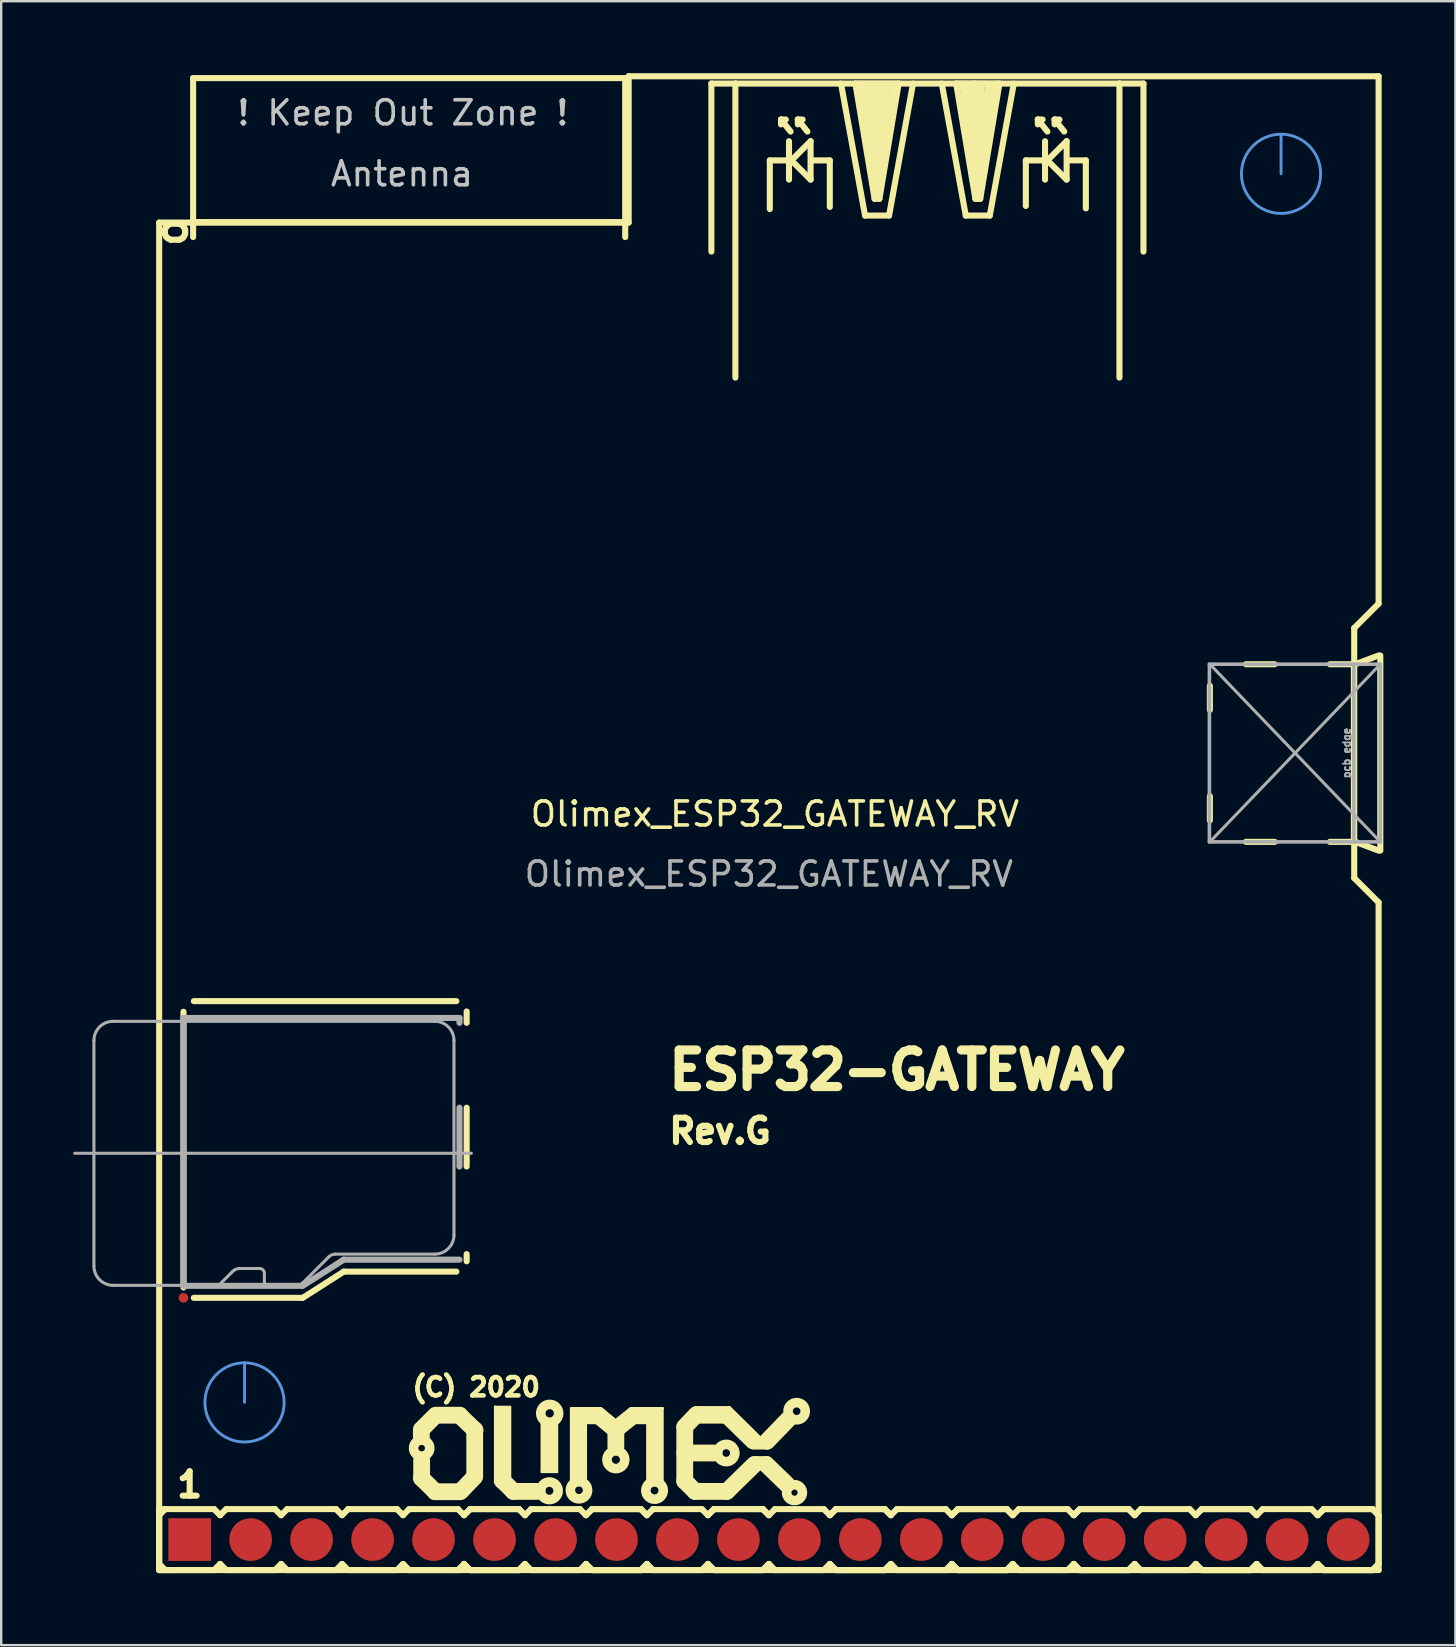
<source format=kicad_pcb>
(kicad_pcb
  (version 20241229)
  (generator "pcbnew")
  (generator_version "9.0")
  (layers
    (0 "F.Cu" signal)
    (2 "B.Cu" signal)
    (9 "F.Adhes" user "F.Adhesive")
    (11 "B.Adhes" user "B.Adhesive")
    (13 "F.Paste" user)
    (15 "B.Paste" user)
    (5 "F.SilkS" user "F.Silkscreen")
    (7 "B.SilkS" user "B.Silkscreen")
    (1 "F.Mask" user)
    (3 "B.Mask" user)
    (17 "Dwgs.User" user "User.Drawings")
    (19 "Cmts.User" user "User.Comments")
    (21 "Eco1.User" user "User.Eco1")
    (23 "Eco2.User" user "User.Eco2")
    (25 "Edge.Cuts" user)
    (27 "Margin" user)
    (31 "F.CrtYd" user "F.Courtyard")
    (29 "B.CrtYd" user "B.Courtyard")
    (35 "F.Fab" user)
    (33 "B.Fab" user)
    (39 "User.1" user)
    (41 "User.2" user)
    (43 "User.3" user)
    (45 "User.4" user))
  (footprint "Olimex_ESP32_GATEWAY_RV"
    (layer "F.Cu")
    (at 28.981 30.861)
    (property "Reference" "Olimex_ESP32_GATEWAY_RV" (at 0.25 0 0) (unlocked yes) (layer "F.SilkS") (effects (font (size 1 1) (thickness 0.15))))
    (attr through_hole)
    (fp_line (start -25.4 -24.638) (end -25.4 31.496) (stroke (width 0.254) (type solid)) (layer "F.SilkS"))
    (fp_line (start -25.4 -24.638) (end -5.842 -24.638) (stroke (width 0.254) (type solid)) (layer "F.SilkS"))
    (fp_line (start -25.4 28.956) (end -25.4 31.496) (stroke (width 0.254) (type solid)) (layer "F.SilkS"))
    (fp_line (start -25.4 28.956) (end -25.146 28.956) (stroke (width 0.254) (type solid)) (layer "F.SilkS"))
    (fp_line (start -25.4 29.21) (end -25.146 28.956) (stroke (width 0.254) (type solid)) (layer "F.SilkS"))
    (fp_line (start -25.4 31.496) (end 25.4 31.496) (stroke (width 0.254) (type solid)) (layer "F.SilkS"))
    (fp_line (start -25.146 28.956) (end -23.114 28.956) (stroke (width 0.254) (type solid)) (layer "F.SilkS"))
    (fp_line (start -25.146 31.496) (end -25.4 31.242) (stroke (width 0.254) (type solid)) (layer "F.SilkS"))
    (fp_line (start -24.892 31.496) (end -25.4 31.496) (stroke (width 0.254) (type solid)) (layer "F.SilkS"))
    (fp_line (start -24.387 8.237) (end -24.387 19.723) (stroke (width 0.254) (type solid)) (layer "F.SilkS"))
    (fp_line (start -23.986 -30.657) (end -23.986 -24.037) (stroke (width 0.254) (type solid)) (layer "F.SilkS"))
    (fp_line (start -23.986 -30.657) (end -5.986 -30.657) (stroke (width 0.254) (type solid)) (layer "F.SilkS"))
    (fp_line (start -23.986 -24.657) (end -5.986 -24.657) (stroke (width 0.254) (type solid)) (layer "F.SilkS"))
    (fp_line (start -23.957 7.795) (end -13.02 7.795) (stroke (width 0.254) (type solid)) (layer "F.SilkS"))
    (fp_line (start -23.957 20.155) (end -19.439 20.155) (stroke (width 0.254) (type solid)) (layer "F.SilkS"))
    (fp_line (start -23.114 28.956) (end -22.86 29.21) (stroke (width 0.254) (type solid)) (layer "F.SilkS"))
    (fp_line (start -23.114 31.496) (end -24.892 31.496) (stroke (width 0.254) (type solid)) (layer "F.SilkS"))
    (fp_line (start -22.86 29.21) (end -22.606 28.956) (stroke (width 0.254) (type solid)) (layer "F.SilkS"))
    (fp_line (start -22.86 31.242) (end -23.114 31.496) (stroke (width 0.254) (type solid)) (layer "F.SilkS"))
    (fp_line (start -22.606 28.956) (end -20.574 28.956) (stroke (width 0.254) (type solid)) (layer "F.SilkS"))
    (fp_line (start -22.606 31.496) (end -22.86 31.242) (stroke (width 0.254) (type solid)) (layer "F.SilkS"))
    (fp_line (start -20.574 28.956) (end -20.32 29.21) (stroke (width 0.254) (type solid)) (layer "F.SilkS"))
    (fp_line (start -20.574 31.496) (end -22.606 31.496) (stroke (width 0.254) (type solid)) (layer "F.SilkS"))
    (fp_line (start -20.574 31.496) (end -20.32 31.242) (stroke (width 0.254) (type solid)) (layer "F.SilkS"))
    (fp_line (start -20.32 29.21) (end -20.066 28.956) (stroke (width 0.254) (type solid)) (layer "F.SilkS"))
    (fp_line (start -20.32 31.242) (end -20.066 31.496) (stroke (width 0.254) (type solid)) (layer "F.SilkS"))
    (fp_line (start -20.066 28.956) (end -18.034 28.956) (stroke (width 0.254) (type solid)) (layer "F.SilkS"))
    (fp_line (start -18.034 28.956) (end -17.78 29.21) (stroke (width 0.254) (type solid)) (layer "F.SilkS"))
    (fp_line (start -18.034 31.496) (end -20.066 31.496) (stroke (width 0.254) (type solid)) (layer "F.SilkS"))
    (fp_line (start -17.78 29.21) (end -17.526 28.956) (stroke (width 0.254) (type solid)) (layer "F.SilkS"))
    (fp_line (start -17.78 31.242) (end -18.034 31.496) (stroke (width 0.254) (type solid)) (layer "F.SilkS"))
    (fp_line (start -17.711 19.063) (end -19.418 20.155) (stroke (width 0.254) (type solid)) (layer "F.SilkS"))
    (fp_line (start -17.526 28.956) (end -15.494 28.956) (stroke (width 0.254) (type solid)) (layer "F.SilkS"))
    (fp_line (start -17.526 31.496) (end -17.78 31.242) (stroke (width 0.254) (type solid)) (layer "F.SilkS"))
    (fp_line (start -15.494 28.956) (end -15.24 29.21) (stroke (width 0.254) (type solid)) (layer "F.SilkS"))
    (fp_line (start -15.494 31.496) (end -17.526 31.496) (stroke (width 0.254) (type solid)) (layer "F.SilkS"))
    (fp_line (start -15.24 29.21) (end -14.986 28.956) (stroke (width 0.254) (type solid)) (layer "F.SilkS"))
    (fp_line (start -15.24 31.242) (end -15.494 31.496) (stroke (width 0.254) (type solid)) (layer "F.SilkS"))
    (fp_line (start -14.986 28.956) (end -12.954 28.956) (stroke (width 0.254) (type solid)) (layer "F.SilkS"))
    (fp_line (start -14.986 31.496) (end -15.24 31.242) (stroke (width 0.254) (type solid)) (layer "F.SilkS"))
    (fp_line (start -14.478 25.641) (end -13.97 25.133) (stroke (width 0.7) (type solid)) (layer "F.SilkS"))
    (fp_line (start -14.478 25.692) (end -14.478 25.933) (stroke (width 0.7) (type solid)) (layer "F.SilkS"))
    (fp_line (start -14.478 27.661) (end -13.894 28.232) (stroke (width 0.7) (type solid)) (layer "F.SilkS"))
    (fp_line (start -14.465 27.673) (end -14.465 26.911) (stroke (width 0.7) (type solid)) (layer "F.SilkS"))
    (fp_line (start -13.906 28.232) (end -12.865 28.232) (stroke (width 0.7) (type solid)) (layer "F.SilkS"))
    (fp_line (start -13.02 19.063) (end -17.711 19.063) (stroke (width 0.254) (type solid)) (layer "F.SilkS"))
    (fp_line (start -12.954 28.956) (end -12.7 29.21) (stroke (width 0.254) (type solid)) (layer "F.SilkS"))
    (fp_line (start -12.954 31.496) (end -14.986 31.496) (stroke (width 0.254) (type solid)) (layer "F.SilkS"))
    (fp_line (start -12.878 25.044) (end -13.881 25.044) (stroke (width 0.7) (type solid)) (layer "F.SilkS"))
    (fp_line (start -12.878 25.057) (end -12.243 25.667) (stroke (width 0.7) (type solid)) (layer "F.SilkS"))
    (fp_line (start -12.7 29.21) (end -12.446 28.956) (stroke (width 0.254) (type solid)) (layer "F.SilkS"))
    (fp_line (start -12.7 29.21) (end -12.446 28.956) (stroke (width 0.254) (type solid)) (layer "F.SilkS"))
    (fp_line (start -12.7 31.242) (end -12.954 31.496) (stroke (width 0.254) (type solid)) (layer "F.SilkS"))
    (fp_line (start -12.591 8.227) (end -12.591 8.697) (stroke (width 0.254) (type solid)) (layer "F.SilkS"))
    (fp_line (start -12.591 12.235) (end -12.591 14.684) (stroke (width 0.254) (type solid)) (layer "F.SilkS"))
    (fp_line (start -12.591 18.334) (end -12.591 18.633) (stroke (width 0.254) (type solid)) (layer "F.SilkS"))
    (fp_line (start -12.446 28.956) (end -10.414 28.956) (stroke (width 0.254) (type solid)) (layer "F.SilkS"))
    (fp_line (start -12.446 28.956) (end -10.414 28.956) (stroke (width 0.254) (type solid)) (layer "F.SilkS"))
    (fp_line (start -12.446 31.496) (end -12.7 31.242) (stroke (width 0.254) (type solid)) (layer "F.SilkS"))
    (fp_line (start -12.446 31.496) (end -12.7 31.242) (stroke (width 0.254) (type solid)) (layer "F.SilkS"))
    (fp_line (start -12.268 27.622) (end -12.827 28.207) (stroke (width 0.7) (type solid)) (layer "F.SilkS"))
    (fp_line (start -12.255 25.654) (end -12.255 27.584) (stroke (width 0.7) (type solid)) (layer "F.SilkS"))
    (fp_line (start -11.405 24.701) (end -11.405 27.851) (stroke (width 0.1) (type solid)) (layer "F.SilkS"))
    (fp_line (start -11.392 24.701) (end -11.405 24.701) (stroke (width 0.1) (type solid)) (layer "F.SilkS"))
    (fp_line (start -11.379 24.701) (end -11.392 24.701) (stroke (width 0.1) (type solid)) (layer "F.SilkS"))
    (fp_line (start -11.265 24.79) (end -11.328 24.778) (stroke (width 0.1) (type solid)) (layer "F.SilkS"))
    (fp_line (start -11.1 24.701) (end -11.379 24.701) (stroke (width 0.1) (type solid)) (layer "F.SilkS"))
    (fp_line (start -11.1 27.775) (end -11.1 25.044) (stroke (width 0.7) (type solid)) (layer "F.SilkS"))
    (fp_line (start -11.087 24.701) (end -10.782 24.701) (stroke (width 0.1) (type solid)) (layer "F.SilkS"))
    (fp_line (start -10.96 24.778) (end -10.846 24.778) (stroke (width 0.1) (type solid)) (layer "F.SilkS"))
    (fp_line (start -10.782 24.701) (end -10.782 27.737) (stroke (width 0.1) (type solid)) (layer "F.SilkS"))
    (fp_line (start -10.643 28.219) (end -11.1 27.762) (stroke (width 0.7) (type solid)) (layer "F.SilkS"))
    (fp_line (start -10.414 28.956) (end -10.16 29.21) (stroke (width 0.254) (type solid)) (layer "F.SilkS"))
    (fp_line (start -10.414 28.956) (end -10.16 29.21) (stroke (width 0.254) (type solid)) (layer "F.SilkS"))
    (fp_line (start -10.414 31.496) (end -12.446 31.496) (stroke (width 0.254) (type solid)) (layer "F.SilkS"))
    (fp_line (start -10.414 31.496) (end -12.446 31.496) (stroke (width 0.254) (type solid)) (layer "F.SilkS"))
    (fp_line (start -10.16 29.21) (end -9.906 28.956) (stroke (width 0.254) (type solid)) (layer "F.SilkS"))
    (fp_line (start -10.16 31.242) (end -10.414 31.496) (stroke (width 0.254) (type solid)) (layer "F.SilkS"))
    (fp_line (start -10.16 31.242) (end -10.414 31.496) (stroke (width 0.254) (type solid)) (layer "F.SilkS"))
    (fp_line (start -9.906 28.956) (end -7.874 28.956) (stroke (width 0.254) (type solid)) (layer "F.SilkS"))
    (fp_line (start -9.906 31.496) (end -10.16 31.242) (stroke (width 0.254) (type solid)) (layer "F.SilkS"))
    (fp_line (start -9.657 28.219) (end -10.643 28.219) (stroke (width 0.7) (type solid)) (layer "F.SilkS"))
    (fp_line (start -9.461 25.387) (end -9.461 27.407) (stroke (width 0.1) (type solid)) (layer "F.SilkS"))
    (fp_line (start -9.461 27.407) (end -8.852 27.407) (stroke (width 0.1) (type solid)) (layer "F.SilkS"))
    (fp_line (start -9.322 27.343) (end -9.385 27.343) (stroke (width 0.1) (type solid)) (layer "F.SilkS"))
    (fp_line (start -9.144 25.502) (end -9.144 27.102) (stroke (width 0.7) (type solid)) (layer "F.SilkS"))
    (fp_line (start -8.979 27.343) (end -8.89 27.343) (stroke (width 0.1) (type solid)) (layer "F.SilkS"))
    (fp_line (start -8.852 27.407) (end -8.826 27.407) (stroke (width 0.1) (type solid)) (layer "F.SilkS"))
    (fp_line (start -8.826 27.407) (end -8.826 25.387) (stroke (width 0.1) (type solid)) (layer "F.SilkS"))
    (fp_line (start -8.242 24.752) (end -6.998 24.752) (stroke (width 0.1) (type solid)) (layer "F.SilkS"))
    (fp_line (start -8.242 27.75) (end -8.242 24.765) (stroke (width 0.1) (type solid)) (layer "F.SilkS"))
    (fp_line (start -8.09 24.816) (end -8.166 24.816) (stroke (width 0.1) (type solid)) (layer "F.SilkS"))
    (fp_line (start -7.925 25.07) (end -7.087 25.07) (stroke (width 0.7) (type solid)) (layer "F.SilkS"))
    (fp_line (start -7.925 27.661) (end -7.925 25.07) (stroke (width 0.7) (type solid)) (layer "F.SilkS"))
    (fp_line (start -7.874 28.956) (end -7.62 29.21) (stroke (width 0.254) (type solid)) (layer "F.SilkS"))
    (fp_line (start -7.874 31.496) (end -9.906 31.496) (stroke (width 0.254) (type solid)) (layer "F.SilkS"))
    (fp_line (start -7.62 29.21) (end -7.366 28.956) (stroke (width 0.254) (type solid)) (layer "F.SilkS"))
    (fp_line (start -7.62 29.21) (end -7.366 28.956) (stroke (width 0.254) (type solid)) (layer "F.SilkS"))
    (fp_line (start -7.62 31.242) (end -7.874 31.496) (stroke (width 0.254) (type solid)) (layer "F.SilkS"))
    (fp_line (start -7.366 28.956) (end -5.334 28.956) (stroke (width 0.254) (type solid)) (layer "F.SilkS"))
    (fp_line (start -7.366 28.956) (end -5.334 28.956) (stroke (width 0.254) (type solid)) (layer "F.SilkS"))
    (fp_line (start -7.366 31.496) (end -7.62 31.242) (stroke (width 0.254) (type solid)) (layer "F.SilkS"))
    (fp_line (start -7.366 31.496) (end -7.62 31.242) (stroke (width 0.254) (type solid)) (layer "F.SilkS"))
    (fp_line (start -7.087 25.07) (end -6.477 25.578) (stroke (width 0.7) (type solid)) (layer "F.SilkS"))
    (fp_line (start -6.998 24.752) (end -6.413 25.235) (stroke (width 0.1) (type solid)) (layer "F.SilkS"))
    (fp_line (start -6.375 26.365) (end -6.375 25.654) (stroke (width 0.7) (type solid)) (layer "F.SilkS"))
    (fp_line (start -6.299 25.578) (end -5.664 25.07) (stroke (width 0.7) (type solid)) (layer "F.SilkS"))
    (fp_line (start -5.986 -30.657) (end -5.986 -24.037) (stroke (width 0.254) (type solid)) (layer "F.SilkS"))
    (fp_line (start -5.842 -24.638) (end -5.842 -30.734) (stroke (width 0.254) (type solid)) (layer "F.SilkS"))
    (fp_line (start -5.753 24.752) (end -6.375 25.248) (stroke (width 0.1) (type solid)) (layer "F.SilkS"))
    (fp_line (start -5.728 24.752) (end -5.753 24.752) (stroke (width 0.1) (type solid)) (layer "F.SilkS"))
    (fp_line (start -5.664 25.07) (end -4.775 25.07) (stroke (width 0.7) (type solid)) (layer "F.SilkS"))
    (fp_line (start -5.334 28.956) (end -5.08 29.21) (stroke (width 0.254) (type solid)) (layer "F.SilkS"))
    (fp_line (start -5.334 28.956) (end -5.08 29.21) (stroke (width 0.254) (type solid)) (layer "F.SilkS"))
    (fp_line (start -5.334 31.496) (end -7.366 31.496) (stroke (width 0.254) (type solid)) (layer "F.SilkS"))
    (fp_line (start -5.334 31.496) (end -7.366 31.496) (stroke (width 0.254) (type solid)) (layer "F.SilkS"))
    (fp_line (start -5.08 29.21) (end -4.826 28.956) (stroke (width 0.254) (type solid)) (layer "F.SilkS"))
    (fp_line (start -5.08 31.242) (end -5.334 31.496) (stroke (width 0.254) (type solid)) (layer "F.SilkS"))
    (fp_line (start -5.08 31.242) (end -5.334 31.496) (stroke (width 0.254) (type solid)) (layer "F.SilkS"))
    (fp_line (start -4.826 28.956) (end -2.794 28.956) (stroke (width 0.254) (type solid)) (layer "F.SilkS"))
    (fp_line (start -4.826 31.496) (end -5.08 31.242) (stroke (width 0.254) (type solid)) (layer "F.SilkS"))
    (fp_line (start -4.763 25.057) (end -4.763 27.661) (stroke (width 0.7) (type solid)) (layer "F.SilkS"))
    (fp_line (start -4.585 24.828) (end -4.483 24.828) (stroke (width 0.1) (type solid)) (layer "F.SilkS"))
    (fp_line (start -4.432 24.752) (end -5.728 24.752) (stroke (width 0.1) (type solid)) (layer "F.SilkS"))
    (fp_line (start -4.432 24.765) (end -4.432 24.752) (stroke (width 0.1) (type solid)) (layer "F.SilkS"))
    (fp_line (start -4.432 27.775) (end -4.432 24.765) (stroke (width 0.1) (type solid)) (layer "F.SilkS"))
    (fp_line (start -3.505 25.527) (end -3.023 25.019) (stroke (width 0.7) (type solid)) (layer "F.SilkS"))
    (fp_line (start -3.505 25.552) (end -3.505 27.788) (stroke (width 0.7) (type solid)) (layer "F.SilkS"))
    (fp_line (start -3.505 27.788) (end -3.073 28.219) (stroke (width 0.7) (type solid)) (layer "F.SilkS"))
    (fp_line (start -3.073 28.219) (end -1.753 28.219) (stroke (width 0.7) (type solid)) (layer "F.SilkS"))
    (fp_line (start -3.061 24.714) (end -1.689 24.714) (stroke (width 0.1) (type solid)) (layer "F.SilkS"))
    (fp_line (start -2.974 25.044) (end -1.753 25.044) (stroke (width 0.7) (type solid)) (layer "F.SilkS"))
    (fp_line (start -2.794 28.956) (end -2.54 29.21) (stroke (width 0.254) (type solid)) (layer "F.SilkS"))
    (fp_line (start -2.794 31.496) (end -4.826 31.496) (stroke (width 0.254) (type solid)) (layer "F.SilkS"))
    (fp_line (start -2.54 29.21) (end -2.286 28.956) (stroke (width 0.254) (type solid)) (layer "F.SilkS"))
    (fp_line (start -2.54 29.21) (end -2.286 28.956) (stroke (width 0.254) (type solid)) (layer "F.SilkS"))
    (fp_line (start -2.54 31.242) (end -2.794 31.496) (stroke (width 0.254) (type solid)) (layer "F.SilkS"))
    (fp_line (start -2.396 -30.431) (end -2.396 -23.431) (stroke (width 0.254) (type solid)) (layer "F.SilkS"))
    (fp_line (start -2.286 26.619) (end -3.505 26.619) (stroke (width 0.7) (type solid)) (layer "F.SilkS"))
    (fp_line (start -2.286 28.956) (end -0.254 28.956) (stroke (width 0.254) (type solid)) (layer "F.SilkS"))
    (fp_line (start -2.286 28.956) (end -0.254 28.956) (stroke (width 0.254) (type solid)) (layer "F.SilkS"))
    (fp_line (start -2.286 31.496) (end -2.54 31.242) (stroke (width 0.254) (type solid)) (layer "F.SilkS"))
    (fp_line (start -2.286 31.496) (end -2.54 31.242) (stroke (width 0.254) (type solid)) (layer "F.SilkS"))
    (fp_line (start -1.753 25.044) (end -0.66 26.111) (stroke (width 0.7) (type solid)) (layer "F.SilkS"))
    (fp_line (start -1.753 28.219) (end -0.61 27.102) (stroke (width 0.7) (type solid)) (layer "F.SilkS"))
    (fp_line (start -1.689 24.714) (end -1.638 24.714) (stroke (width 0.1) (type solid)) (layer "F.SilkS"))
    (fp_line (start -1.638 24.714) (end -0.381 25.959) (stroke (width 0.1) (type solid)) (layer "F.SilkS"))
    (fp_line (start -1.396 -30.431) (end -2.396 -30.431) (stroke (width 0.254) (type solid)) (layer "F.SilkS"))
    (fp_line (start -1.396 -30.431) (end 14.604 -30.431) (stroke (width 0.254) (type solid)) (layer "F.SilkS"))
    (fp_line (start -1.396 -18.181) (end -1.396 -30.431) (stroke (width 0.254) (type solid)) (layer "F.SilkS"))
    (fp_line (start -0.635 26.226) (end -0.076 26.226) (stroke (width 0.5) (type solid)) (layer "F.SilkS"))
    (fp_line (start -0.61 27) (end -0.076 27) (stroke (width 0.5) (type solid)) (layer "F.SilkS"))
    (fp_line (start -0.254 28.956) (end 0 29.21) (stroke (width 0.254) (type solid)) (layer "F.SilkS"))
    (fp_line (start -0.254 28.956) (end 0 29.21) (stroke (width 0.254) (type solid)) (layer "F.SilkS"))
    (fp_line (start -0.254 31.496) (end -2.286 31.496) (stroke (width 0.254) (type solid)) (layer "F.SilkS"))
    (fp_line (start -0.254 31.496) (end -2.286 31.496) (stroke (width 0.254) (type solid)) (layer "F.SilkS"))
    (fp_line (start 0 29.21) (end 0.254 28.956) (stroke (width 0.254) (type solid)) (layer "F.SilkS"))
    (fp_line (start 0 31.242) (end -0.254 31.496) (stroke (width 0.254) (type solid)) (layer "F.SilkS"))
    (fp_line (start 0 31.242) (end -0.254 31.496) (stroke (width 0.254) (type solid)) (layer "F.SilkS"))
    (fp_line (start 0.038 -27.229) (end 0.737 -27.229) (stroke (width 0.254) (type solid)) (layer "F.SilkS"))
    (fp_line (start 0.038 -25.202) (end 0.038 -27.229) (stroke (width 0.254) (type solid)) (layer "F.SilkS"))
    (fp_line (start 0.254 28.956) (end 2.286 28.956) (stroke (width 0.254) (type solid)) (layer "F.SilkS"))
    (fp_line (start 0.254 31.496) (end 0 31.242) (stroke (width 0.254) (type solid)) (layer "F.SilkS"))
    (fp_line (start 0.505 -28.931) (end 0.505 -28.73) (stroke (width 0.254) (type solid)) (layer "F.SilkS"))
    (fp_line (start 0.505 -28.931) (end 0.706 -28.931) (stroke (width 0.254) (type solid)) (layer "F.SilkS"))
    (fp_line (start 0.737 27.915) (end -0.102 27.102) (stroke (width 0.7) (type solid)) (layer "F.SilkS"))
    (fp_line (start 0.787 25.235) (end -0.076 26.129) (stroke (width 0.7) (type solid)) (layer "F.SilkS"))
    (fp_line (start 0.838 -28.029) (end 0.838 -26.429) (stroke (width 0.254) (type solid)) (layer "F.SilkS"))
    (fp_line (start 0.904 -28.43) (end 0.505 -28.931) (stroke (width 0.254) (type solid)) (layer "F.SilkS"))
    (fp_line (start 0.937 -27.229) (end 1.737 -26.429) (stroke (width 0.254) (type solid)) (layer "F.SilkS"))
    (fp_line (start 1.206 -28.931) (end 1.206 -28.73) (stroke (width 0.254) (type solid)) (layer "F.SilkS"))
    (fp_line (start 1.206 -28.931) (end 1.405 -28.931) (stroke (width 0.254) (type solid)) (layer "F.SilkS"))
    (fp_line (start 1.605 -28.43) (end 1.206 -28.931) (stroke (width 0.254) (type solid)) (layer "F.SilkS"))
    (fp_line (start 1.737 -28.029) (end 0.937 -27.229) (stroke (width 0.254) (type solid)) (layer "F.SilkS"))
    (fp_line (start 1.737 -28.029) (end 1.737 -26.429) (stroke (width 0.254) (type solid)) (layer "F.SilkS"))
    (fp_line (start 1.836 -27.229) (end 2.537 -27.229) (stroke (width 0.254) (type solid)) (layer "F.SilkS"))
    (fp_line (start 2.286 28.956) (end 2.54 29.21) (stroke (width 0.254) (type solid)) (layer "F.SilkS"))
    (fp_line (start 2.286 31.496) (end 0.254 31.496) (stroke (width 0.254) (type solid)) (layer "F.SilkS"))
    (fp_line (start 2.537 -27.229) (end 2.537 -25.291) (stroke (width 0.254) (type solid)) (layer "F.SilkS"))
    (fp_line (start 2.54 29.21) (end 2.794 28.956) (stroke (width 0.254) (type solid)) (layer "F.SilkS"))
    (fp_line (start 2.54 29.21) (end 2.794 28.956) (stroke (width 0.254) (type solid)) (layer "F.SilkS"))
    (fp_line (start 2.54 31.242) (end 2.286 31.496) (stroke (width 0.254) (type solid)) (layer "F.SilkS"))
    (fp_line (start 2.794 28.956) (end 4.826 28.956) (stroke (width 0.254) (type solid)) (layer "F.SilkS"))
    (fp_line (start 2.794 28.956) (end 4.826 28.956) (stroke (width 0.254) (type solid)) (layer "F.SilkS"))
    (fp_line (start 2.794 31.496) (end 2.54 31.242) (stroke (width 0.254) (type solid)) (layer "F.SilkS"))
    (fp_line (start 2.794 31.496) (end 2.54 31.242) (stroke (width 0.254) (type solid)) (layer "F.SilkS"))
    (fp_line (start 3.604 -30.429) (end 5.405 -30.429) (stroke (width 0.254) (type solid)) (layer "F.SilkS"))
    (fp_line (start 4.006 -24.93) (end 3.005 -30.429) (stroke (width 0.254) (type solid)) (layer "F.SilkS"))
    (fp_line (start 4.404 -25.629) (end 3.604 -30.429) (stroke (width 0.254) (type solid)) (layer "F.SilkS"))
    (fp_line (start 4.454 -27.041) (end 4.934 -30.401) (stroke (width 0.254) (type solid)) (layer "F.SilkS"))
    (fp_line (start 4.504 -25.991) (end 5.174 -30.411) (stroke (width 0.254) (type solid)) (layer "F.SilkS"))
    (fp_line (start 4.514 -29.531) (end 4.514 -30.401) (stroke (width 0.254) (type solid)) (layer "F.SilkS"))
    (fp_line (start 4.514 -26.571) (end 3.994 -30.301) (stroke (width 0.254) (type solid)) (layer "F.SilkS"))
    (fp_line (start 4.514 -25.821) (end 3.794 -30.421) (stroke (width 0.254) (type solid)) (layer "F.SilkS"))
    (fp_line (start 4.554 -28.211) (end 4.704 -30.391) (stroke (width 0.254) (type solid)) (layer "F.SilkS"))
    (fp_line (start 4.584 -27.791) (end 4.184 -30.361) (stroke (width 0.254) (type solid)) (layer "F.SilkS"))
    (fp_line (start 4.605 -25.629) (end 4.404 -25.629) (stroke (width 0.254) (type solid)) (layer "F.SilkS"))
    (fp_line (start 4.624 -28.821) (end 4.344 -30.401) (stroke (width 0.254) (type solid)) (layer "F.SilkS"))
    (fp_line (start 4.826 28.956) (end 5.08 29.21) (stroke (width 0.254) (type solid)) (layer "F.SilkS"))
    (fp_line (start 4.826 28.956) (end 5.08 29.21) (stroke (width 0.254) (type solid)) (layer "F.SilkS"))
    (fp_line (start 4.826 31.496) (end 2.794 31.496) (stroke (width 0.254) (type solid)) (layer "F.SilkS"))
    (fp_line (start 4.826 31.496) (end 2.794 31.496) (stroke (width 0.254) (type solid)) (layer "F.SilkS"))
    (fp_line (start 5.006 -24.93) (end 4.006 -24.93) (stroke (width 0.254) (type solid)) (layer "F.SilkS"))
    (fp_line (start 5.08 29.21) (end 5.334 28.956) (stroke (width 0.254) (type solid)) (layer "F.SilkS"))
    (fp_line (start 5.08 31.242) (end 4.826 31.496) (stroke (width 0.254) (type solid)) (layer "F.SilkS"))
    (fp_line (start 5.08 31.242) (end 4.826 31.496) (stroke (width 0.254) (type solid)) (layer "F.SilkS"))
    (fp_line (start 5.334 28.956) (end 7.366 28.956) (stroke (width 0.254) (type solid)) (layer "F.SilkS"))
    (fp_line (start 5.334 31.496) (end 5.08 31.242) (stroke (width 0.254) (type solid)) (layer "F.SilkS"))
    (fp_line (start 5.405 -30.429) (end 4.605 -25.629) (stroke (width 0.254) (type solid)) (layer "F.SilkS"))
    (fp_line (start 6.005 -30.429) (end 5.006 -24.93) (stroke (width 0.254) (type solid)) (layer "F.SilkS"))
    (fp_line (start 7.366 28.956) (end 7.62 29.21) (stroke (width 0.254) (type solid)) (layer "F.SilkS"))
    (fp_line (start 7.366 31.496) (end 5.334 31.496) (stroke (width 0.254) (type solid)) (layer "F.SilkS"))
    (fp_line (start 7.62 29.21) (end 7.874 28.956) (stroke (width 0.254) (type solid)) (layer "F.SilkS"))
    (fp_line (start 7.62 29.21) (end 7.874 28.956) (stroke (width 0.254) (type solid)) (layer "F.SilkS"))
    (fp_line (start 7.62 31.242) (end 7.366 31.496) (stroke (width 0.254) (type solid)) (layer "F.SilkS"))
    (fp_line (start 7.803 -30.429) (end 9.604 -30.429) (stroke (width 0.254) (type solid)) (layer "F.SilkS"))
    (fp_line (start 7.874 28.956) (end 9.906 28.956) (stroke (width 0.254) (type solid)) (layer "F.SilkS"))
    (fp_line (start 7.874 28.956) (end 9.906 28.956) (stroke (width 0.254) (type solid)) (layer "F.SilkS"))
    (fp_line (start 7.874 31.496) (end 7.62 31.242) (stroke (width 0.254) (type solid)) (layer "F.SilkS"))
    (fp_line (start 7.874 31.496) (end 7.62 31.242) (stroke (width 0.254) (type solid)) (layer "F.SilkS"))
    (fp_line (start 8.202 -24.93) (end 7.203 -30.429) (stroke (width 0.254) (type solid)) (layer "F.SilkS"))
    (fp_line (start 8.603 -25.629) (end 7.803 -30.429) (stroke (width 0.254) (type solid)) (layer "F.SilkS"))
    (fp_line (start 8.604 -29.561) (end 8.744 -30.371) (stroke (width 0.254) (type solid)) (layer "F.SilkS"))
    (fp_line (start 8.684 -27.911) (end 8.874 -30.421) (stroke (width 0.254) (type solid)) (layer "F.SilkS"))
    (fp_line (start 8.704 -25.631) (end 8.054 -30.421) (stroke (width 0.254) (type solid)) (layer "F.SilkS"))
    (fp_line (start 8.714 -26.681) (end 9.124 -30.411) (stroke (width 0.254) (type solid)) (layer "F.SilkS"))
    (fp_line (start 8.714 -25.781) (end 9.364 -30.411) (stroke (width 0.254) (type solid)) (layer "F.SilkS"))
    (fp_line (start 8.724 -26.391) (end 8.164 -30.421) (stroke (width 0.254) (type solid)) (layer "F.SilkS"))
    (fp_line (start 8.734 -27.201) (end 8.374 -30.411) (stroke (width 0.254) (type solid)) (layer "F.SilkS"))
    (fp_line (start 8.774 -28.791) (end 8.574 -30.431) (stroke (width 0.254) (type solid)) (layer "F.SilkS"))
    (fp_line (start 8.804 -25.629) (end 8.603 -25.629) (stroke (width 0.254) (type solid)) (layer "F.SilkS"))
    (fp_line (start 9.202 -24.93) (end 8.202 -24.93) (stroke (width 0.254) (type solid)) (layer "F.SilkS"))
    (fp_line (start 9.604 -30.429) (end 8.804 -25.629) (stroke (width 0.254) (type solid)) (layer "F.SilkS"))
    (fp_line (start 9.906 28.956) (end 10.16 29.21) (stroke (width 0.254) (type solid)) (layer "F.SilkS"))
    (fp_line (start 9.906 28.956) (end 10.16 29.21) (stroke (width 0.254) (type solid)) (layer "F.SilkS"))
    (fp_line (start 9.906 31.496) (end 7.874 31.496) (stroke (width 0.254) (type solid)) (layer "F.SilkS"))
    (fp_line (start 9.906 31.496) (end 7.874 31.496) (stroke (width 0.254) (type solid)) (layer "F.SilkS"))
    (fp_line (start 10.16 29.21) (end 10.414 28.956) (stroke (width 0.254) (type solid)) (layer "F.SilkS"))
    (fp_line (start 10.16 31.242) (end 9.906 31.496) (stroke (width 0.254) (type solid)) (layer "F.SilkS"))
    (fp_line (start 10.16 31.242) (end 9.906 31.496) (stroke (width 0.254) (type solid)) (layer "F.SilkS"))
    (fp_line (start 10.203 -30.429) (end 9.202 -24.93) (stroke (width 0.254) (type solid)) (layer "F.SilkS"))
    (fp_line (start 10.414 28.956) (end 12.446 28.956) (stroke (width 0.254) (type solid)) (layer "F.SilkS"))
    (fp_line (start 10.414 31.496) (end 10.16 31.242) (stroke (width 0.254) (type solid)) (layer "F.SilkS"))
    (fp_line (start 10.704 -27.231) (end 10.704 -25.331) (stroke (width 0.254) (type solid)) (layer "F.SilkS"))
    (fp_line (start 11.204 -28.931) (end 11.204 -28.73) (stroke (width 0.254) (type solid)) (layer "F.SilkS"))
    (fp_line (start 11.204 -28.931) (end 11.402 -28.931) (stroke (width 0.254) (type solid)) (layer "F.SilkS"))
    (fp_line (start 11.402 -27.229) (end 10.704 -27.229) (stroke (width 0.254) (type solid)) (layer "F.SilkS"))
    (fp_line (start 11.504 -26.429) (end 11.504 -28.029) (stroke (width 0.254) (type solid)) (layer "F.SilkS"))
    (fp_line (start 11.603 -28.43) (end 11.204 -28.931) (stroke (width 0.254) (type solid)) (layer "F.SilkS"))
    (fp_line (start 11.603 -27.229) (end 12.403 -28.029) (stroke (width 0.254) (type solid)) (layer "F.SilkS"))
    (fp_line (start 11.902 -28.931) (end 11.902 -28.73) (stroke (width 0.254) (type solid)) (layer "F.SilkS"))
    (fp_line (start 11.902 -28.931) (end 12.103 -28.931) (stroke (width 0.254) (type solid)) (layer "F.SilkS"))
    (fp_line (start 12.304 -28.43) (end 11.902 -28.931) (stroke (width 0.254) (type solid)) (layer "F.SilkS"))
    (fp_line (start 12.403 -26.429) (end 11.603 -27.229) (stroke (width 0.254) (type solid)) (layer "F.SilkS"))
    (fp_line (start 12.404 -26.431) (end 12.404 -28.031) (stroke (width 0.254) (type solid)) (layer "F.SilkS"))
    (fp_line (start 12.446 28.956) (end 12.7 29.21) (stroke (width 0.254) (type solid)) (layer "F.SilkS"))
    (fp_line (start 12.446 31.496) (end 10.414 31.496) (stroke (width 0.254) (type solid)) (layer "F.SilkS"))
    (fp_line (start 12.7 29.21) (end 12.954 28.956) (stroke (width 0.254) (type solid)) (layer "F.SilkS"))
    (fp_line (start 12.7 29.21) (end 12.954 28.956) (stroke (width 0.254) (type solid)) (layer "F.SilkS"))
    (fp_line (start 12.7 31.242) (end 12.446 31.496) (stroke (width 0.254) (type solid)) (layer "F.SilkS"))
    (fp_line (start 12.954 28.956) (end 14.986 28.956) (stroke (width 0.254) (type solid)) (layer "F.SilkS"))
    (fp_line (start 12.954 28.956) (end 14.986 28.956) (stroke (width 0.254) (type solid)) (layer "F.SilkS"))
    (fp_line (start 12.954 31.496) (end 12.7 31.242) (stroke (width 0.254) (type solid)) (layer "F.SilkS"))
    (fp_line (start 12.954 31.496) (end 12.7 31.242) (stroke (width 0.254) (type solid)) (layer "F.SilkS"))
    (fp_line (start 13.204 -27.231) (end 12.504 -27.231) (stroke (width 0.254) (type solid)) (layer "F.SilkS"))
    (fp_line (start 13.204 -25.231) (end 13.204 -27.231) (stroke (width 0.254) (type solid)) (layer "F.SilkS"))
    (fp_line (start 14.604 -30.431) (end 14.604 -18.181) (stroke (width 0.254) (type solid)) (layer "F.SilkS"))
    (fp_line (start 14.604 -30.431) (end 15.604 -30.431) (stroke (width 0.254) (type solid)) (layer "F.SilkS"))
    (fp_line (start 14.986 28.956) (end 15.24 29.21) (stroke (width 0.254) (type solid)) (layer "F.SilkS"))
    (fp_line (start 14.986 28.956) (end 15.24 29.21) (stroke (width 0.254) (type solid)) (layer "F.SilkS"))
    (fp_line (start 14.986 31.496) (end 12.954 31.496) (stroke (width 0.254) (type solid)) (layer "F.SilkS"))
    (fp_line (start 14.986 31.496) (end 12.954 31.496) (stroke (width 0.254) (type solid)) (layer "F.SilkS"))
    (fp_line (start 15.24 29.21) (end 15.494 28.956) (stroke (width 0.254) (type solid)) (layer "F.SilkS"))
    (fp_line (start 15.24 31.242) (end 14.986 31.496) (stroke (width 0.254) (type solid)) (layer "F.SilkS"))
    (fp_line (start 15.24 31.242) (end 14.986 31.496) (stroke (width 0.254) (type solid)) (layer "F.SilkS"))
    (fp_line (start 15.494 28.956) (end 17.526 28.956) (stroke (width 0.254) (type solid)) (layer "F.SilkS"))
    (fp_line (start 15.494 31.496) (end 15.24 31.242) (stroke (width 0.254) (type solid)) (layer "F.SilkS"))
    (fp_line (start 15.604 -30.431) (end 15.604 -23.431) (stroke (width 0.254) (type solid)) (layer "F.SilkS"))
    (fp_line (start 17.526 28.956) (end 17.78 29.21) (stroke (width 0.254) (type solid)) (layer "F.SilkS"))
    (fp_line (start 17.526 31.496) (end 15.494 31.496) (stroke (width 0.254) (type solid)) (layer "F.SilkS"))
    (fp_line (start 17.78 29.21) (end 18.034 28.956) (stroke (width 0.254) (type solid)) (layer "F.SilkS"))
    (fp_line (start 17.78 29.21) (end 18.034 28.956) (stroke (width 0.254) (type solid)) (layer "F.SilkS"))
    (fp_line (start 17.78 31.242) (end 17.526 31.496) (stroke (width 0.254) (type solid)) (layer "F.SilkS"))
    (fp_line (start 18.034 28.956) (end 20.066 28.956) (stroke (width 0.254) (type solid)) (layer "F.SilkS"))
    (fp_line (start 18.034 28.956) (end 20.066 28.956) (stroke (width 0.254) (type solid)) (layer "F.SilkS"))
    (fp_line (start 18.034 31.496) (end 17.78 31.242) (stroke (width 0.254) (type solid)) (layer "F.SilkS"))
    (fp_line (start 18.034 31.496) (end 17.78 31.242) (stroke (width 0.254) (type solid)) (layer "F.SilkS"))
    (fp_line (start 18.371 -5.34) (end 18.371 -4.34) (stroke (width 0.254) (type solid)) (layer "F.SilkS"))
    (fp_line (start 18.371 -0.74) (end 18.371 0.26) (stroke (width 0.254) (type solid)) (layer "F.SilkS"))
    (fp_line (start 19.871 -6.24) (end 21.071 -6.24) (stroke (width 0.254) (type solid)) (layer "F.SilkS"))
    (fp_line (start 19.871 1.16) (end 21.071 1.16) (stroke (width 0.254) (type solid)) (layer "F.SilkS"))
    (fp_line (start 20.066 28.956) (end 20.32 29.21) (stroke (width 0.254) (type solid)) (layer "F.SilkS"))
    (fp_line (start 20.066 28.956) (end 20.32 29.21) (stroke (width 0.254) (type solid)) (layer "F.SilkS"))
    (fp_line (start 20.066 31.496) (end 18.034 31.496) (stroke (width 0.254) (type solid)) (layer "F.SilkS"))
    (fp_line (start 20.066 31.496) (end 18.034 31.496) (stroke (width 0.254) (type solid)) (layer "F.SilkS"))
    (fp_line (start 20.32 29.21) (end 20.574 28.956) (stroke (width 0.254) (type solid)) (layer "F.SilkS"))
    (fp_line (start 20.32 31.242) (end 20.066 31.496) (stroke (width 0.254) (type solid)) (layer "F.SilkS"))
    (fp_line (start 20.32 31.242) (end 20.066 31.496) (stroke (width 0.254) (type solid)) (layer "F.SilkS"))
    (fp_line (start 20.574 28.956) (end 22.606 28.956) (stroke (width 0.254) (type solid)) (layer "F.SilkS"))
    (fp_line (start 20.574 31.496) (end 20.32 31.242) (stroke (width 0.254) (type solid)) (layer "F.SilkS"))
    (fp_line (start 22.606 28.956) (end 22.86 29.21) (stroke (width 0.254) (type solid)) (layer "F.SilkS"))
    (fp_line (start 22.606 31.496) (end 20.574 31.496) (stroke (width 0.254) (type solid)) (layer "F.SilkS"))
    (fp_line (start 22.86 29.21) (end 23.114 28.956) (stroke (width 0.254) (type solid)) (layer "F.SilkS"))
    (fp_line (start 22.86 29.21) (end 23.114 28.956) (stroke (width 0.254) (type solid)) (layer "F.SilkS"))
    (fp_line (start 22.86 31.242) (end 22.606 31.496) (stroke (width 0.254) (type solid)) (layer "F.SilkS"))
    (fp_line (start 23.114 28.956) (end 25.146 28.956) (stroke (width 0.254) (type solid)) (layer "F.SilkS"))
    (fp_line (start 23.114 28.956) (end 25.146 28.956) (stroke (width 0.254) (type solid)) (layer "F.SilkS"))
    (fp_line (start 23.114 31.496) (end 22.86 31.242) (stroke (width 0.254) (type solid)) (layer "F.SilkS"))
    (fp_line (start 23.114 31.496) (end 22.86 31.242) (stroke (width 0.254) (type solid)) (layer "F.SilkS"))
    (fp_line (start 23.371 -6.24) (end 24.371 -6.24) (stroke (width 0.254) (type solid)) (layer "F.SilkS"))
    (fp_line (start 24.371 -6.24) (end 24.371 1.16) (stroke (width 0.254) (type solid)) (layer "F.SilkS"))
    (fp_line (start 24.371 1.16) (end 23.371 1.16) (stroke (width 0.254) (type solid)) (layer "F.SilkS"))
    (fp_line (start 24.384 -7.747) (end 24.384 2.667) (stroke (width 0.254) (type solid)) (layer "F.SilkS"))
    (fp_line (start 24.384 2.667) (end 25.4 3.683) (stroke (width 0.254) (type solid)) (layer "F.SilkS"))
    (fp_line (start 25.146 28.956) (end 25.4 29.21) (stroke (width 0.254) (type solid)) (layer "F.SilkS"))
    (fp_line (start 25.146 28.956) (end 25.4 29.21) (stroke (width 0.254) (type solid)) (layer "F.SilkS"))
    (fp_line (start 25.146 31.496) (end 23.114 31.496) (stroke (width 0.254) (type solid)) (layer "F.SilkS"))
    (fp_line (start 25.146 31.496) (end 23.114 31.496) (stroke (width 0.254) (type solid)) (layer "F.SilkS"))
    (fp_line (start 25.4 -30.734) (end -5.842 -30.734) (stroke (width 0.254) (type solid)) (layer "F.SilkS"))
    (fp_line (start 25.4 -30.734) (end 25.4 -8.763) (stroke (width 0.254) (type solid)) (layer "F.SilkS"))
    (fp_line (start 25.4 -8.763) (end 24.384 -7.747) (stroke (width 0.254) (type solid)) (layer "F.SilkS"))
    (fp_line (start 25.4 -6.604) (end 24.384 -6.223) (stroke (width 0.254) (type solid)) (layer "F.SilkS"))
    (fp_line (start 25.4 1.524) (end 24.384 1.143) (stroke (width 0.254) (type solid)) (layer "F.SilkS"))
    (fp_line (start 25.4 3.683) (end 25.4 31.496) (stroke (width 0.254) (type solid)) (layer "F.SilkS"))
    (fp_line (start 25.4 29.21) (end 25.4 31.242) (stroke (width 0.254) (type solid)) (layer "F.SilkS"))
    (fp_line (start 25.4 31.242) (end 25.146 31.496) (stroke (width 0.254) (type solid)) (layer "F.SilkS"))
    (fp_line (start 25.4 31.242) (end 25.146 31.496) (stroke (width 0.254) (type solid)) (layer "F.SilkS"))
    (fp_line (start 25.471 -6.604) (end 25.471 1.524) (stroke (width 0.254) (type solid)) (layer "F.SilkS"))
    (fp_circle (center -14.465 26.416) (end -14.148 26.302) (stroke (width 0.4) (type solid)) (fill no) (layer "F.SilkS"))
    (fp_circle (center -9.144 28.194) (end -8.941 27.889) (stroke (width 0.4) (type solid)) (fill no) (layer "F.SilkS"))
    (fp_circle (center -9.131 24.968) (end -9.017 24.613) (stroke (width 0.4) (type solid)) (fill no) (layer "F.SilkS"))
    (fp_circle (center -7.912 28.169) (end -7.671 27.902) (stroke (width 0.4) (type solid)) (fill no) (layer "F.SilkS"))
    (fp_circle (center -6.375 26.899) (end -6.147 26.607) (stroke (width 0.4) (type solid)) (fill no) (layer "F.SilkS"))
    (fp_circle (center -4.763 28.181) (end -4.547 27.889) (stroke (width 0.4) (type solid)) (fill no) (layer "F.SilkS"))
    (fp_circle (center -1.778 26.619) (end -1.511 26.378) (stroke (width 0.4) (type solid)) (fill no) (layer "F.SilkS"))
    (fp_circle (center 1.067 28.27) (end 1.359 28.118) (stroke (width 0.4) (type solid)) (fill no) (layer "F.SilkS"))
    (fp_circle (center 1.156 24.879) (end 1.46 24.689) (stroke (width 0.4) (type solid)) (fill no) (layer "F.SilkS"))
    (fp_line (start -21.844 24.511) (end -21.844 22.861) (stroke (width 0.12) (type default)) (layer "Cmts.User"))
    (fp_line (start 21.336 -26.67) (end 21.336 -28.32) (stroke (width 0.12) (type default)) (layer "Cmts.User"))
    (fp_circle (center -21.844 24.511) (end -20.194 24.511) (stroke (width 0.12) (type default)) (fill no) (layer "Cmts.User"))
    (fp_circle (center 21.336 -26.67) (end 22.986 -26.67) (stroke (width 0.12) (type default)) (fill no) (layer "Cmts.User"))
    (fp_line (start -28.118 18.834) (end -28.118 9.436) (stroke (width 0.127) (type solid)) (layer "F.Fab"))
    (fp_line (start -27.318 8.636) (end -13.919 8.636) (stroke (width 0.127) (type solid)) (layer "F.Fab"))
    (fp_line (start -24.387 8.496) (end -24.387 19.655) (stroke (width 0.254) (type solid)) (layer "F.Fab"))
    (fp_line (start -24.387 8.496) (end -12.89 8.496) (stroke (width 0.254) (type solid)) (layer "F.Fab"))
    (fp_line (start -24.387 19.655) (end -19.439 19.655) (stroke (width 0.254) (type solid)) (layer "F.Fab"))
    (fp_line (start -22.918 19.634) (end -27.318 19.634) (stroke (width 0.127) (type solid)) (layer "F.Fab"))
    (fp_line (start -22.334 19.05) (end -22.918 19.634) (stroke (width 0.127) (type solid)) (layer "F.Fab"))
    (fp_line (start -21.217 18.933) (end -22.052 18.933) (stroke (width 0.127) (type solid)) (layer "F.Fab"))
    (fp_line (start -21.018 19.533) (end -21.018 19.134) (stroke (width 0.127) (type solid)) (layer "F.Fab"))
    (fp_line (start -19.682 19.634) (end -20.917 19.634) (stroke (width 0.127) (type solid)) (layer "F.Fab"))
    (fp_line (start -18.336 18.451) (end -19.401 19.517) (stroke (width 0.127) (type solid)) (layer "F.Fab"))
    (fp_line (start -17.711 18.565) (end -19.418 19.655) (stroke (width 0.254) (type solid)) (layer "F.Fab"))
    (fp_line (start -13.919 18.334) (end -18.054 18.334) (stroke (width 0.127) (type solid)) (layer "F.Fab"))
    (fp_line (start -13.119 9.436) (end -13.119 17.534) (stroke (width 0.127) (type solid)) (layer "F.Fab"))
    (fp_line (start -12.89 8.496) (end -12.89 8.697) (stroke (width 0.254) (type solid)) (layer "F.Fab"))
    (fp_line (start -12.89 12.235) (end -12.89 14.684) (stroke (width 0.254) (type solid)) (layer "F.Fab"))
    (fp_line (start -12.89 18.565) (end -17.711 18.565) (stroke (width 0.254) (type solid)) (layer "F.Fab"))
    (fp_line (start -12.395 14.133) (end -28.918 14.133) (stroke (width 0.127) (type solid)) (layer "F.Fab"))
    (fp_line (start 18.351 -6.24) (end 25.471 -6.24) (stroke (width 0.15) (type solid)) (layer "F.Fab"))
    (fp_line (start 18.351 1.16) (end 18.351 -6.24) (stroke (width 0.15) (type solid)) (layer "F.Fab"))
    (fp_line (start 24.371 1.16) (end 24.371 -6.24) (stroke (width 0.15) (type solid)) (layer "F.Fab"))
    (fp_line (start 25.471 -6.24) (end 18.371 1.16) (stroke (width 0.127) (type solid)) (layer "F.Fab"))
    (fp_line (start 25.471 -6.24) (end 25.471 1.16) (stroke (width 0.15) (type solid)) (layer "F.Fab"))
    (fp_line (start 25.471 1.16) (end 18.351 1.16) (stroke (width 0.15) (type solid)) (layer "F.Fab"))
    (fp_line (start 25.471 1.16) (end 18.371 -6.24) (stroke (width 0.127) (type solid)) (layer "F.Fab"))
    (fp_arc (start -28.1178 9.4361) (mid -27.883456 8.870344) (end -27.3177 8.636) (stroke (width 0.127) (type solid)) (layer "F.Fab"))
    (fp_arc (start -27.3177 19.6342) (mid -27.883456 19.399856) (end -28.1178 18.8341) (stroke (width 0.127) (type solid)) (layer "F.Fab"))
    (fp_arc (start -22.33422 19.05) (mid -22.203889 18.963771) (end -22.050484 18.933961) (stroke (width 0.127) (type solid)) (layer "F.Fab"))
    (fp_arc (start -21.21662 18.93316) (mid -21.074726 18.991926) (end -21.01596 19.13382) (stroke (width 0.127) (type solid)) (layer "F.Fab"))
    (fp_arc (start -20.9169 19.6342) (mid -20.988742 19.604442) (end -21.0185 19.5326) (stroke (width 0.127) (type solid)) (layer "F.Fab"))
    (fp_arc (start -19.40052 19.51736) (mid -19.530524 19.603467) (end -19.683557 19.633402) (stroke (width 0.127) (type solid)) (layer "F.Fab"))
    (fp_arc (start -18.33626 18.45056) (mid -18.206905 18.364128) (end -18.05432 18.333777) (stroke (width 0.127) (type solid)) (layer "F.Fab"))
    (fp_arc (start -13.9192 8.636) (mid -13.353444 8.870344) (end -13.1191 9.4361) (stroke (width 0.127) (type solid)) (layer "F.Fab"))
    (fp_arc (start -13.1191 17.53362) (mid -13.353444 18.099376) (end -13.9192 18.33372) (stroke (width 0.127) (type solid)) (layer "F.Fab"))
    (fp_text user "o" (at -24.892 -24.257 270) (layer "F.SilkS") (effects (font (size 1.27 1.27) (thickness 0.254))))
    (fp_text user "(C) 2020" (at -12.192 23.876 0) (unlocked yes) (layer "F.SilkS") (effects (font (size 0.762 0.762) (thickness 0.191))))
    (fp_text user "1" (at -24.13 27.94 0) (unlocked yes) (layer "F.SilkS") (effects (font (size 1.016 1.016) (thickness 0.254))))
    (fp_text user "ESP32-GATEWAY\n" (at 5.334 10.668 0) (unlocked yes) (layer "F.SilkS") (effects (font (size 1.524 1.524) (thickness 0.381))))
    (fp_text user "Rev.G" (at -2.032 13.208 0) (unlocked yes) (layer "F.SilkS") (effects (font (size 1.016 1.016) (thickness 0.254))))
    (fp_text user "! Keep Out Zone !" (at -15.246 -29.21 180) (layer "Dwgs.User") (effects (font (size 1 1) (thickness 0.15))))
    (fp_text user "Antenna" (at -15.287 -26.67 180) (layer "Dwgs.User") (effects (font (size 1 1) (thickness 0.15))))
    (fp_text user "${REFERENCE}" (at 0 2.5 0) (unlocked yes) (layer "F.Fab") (effects (font (size 1 1) (thickness 0.15))))
    (fp_text user "pcb edge" (at 24.071 -2.54 270) (layer "F.Fab") (effects (font (size 0.3 0.3) (thickness 0.075))))
    (pad "1" smd rect (at -24.13 30.226) (size 1.778 1.778) (layers "F.Cu" "F.Mask" "F.Paste"))
    (pad "2" smd circle (at -21.59 30.226) (size 1.778 1.778) (layers "F.Cu" "F.Mask" "F.Paste"))
    (pad "3" smd circle (at -19.05 30.226) (size 1.778 1.778) (layers "F.Cu" "F.Mask" "F.Paste"))
    (pad "4" smd circle (at -16.51 30.226) (size 1.778 1.778) (layers "F.Cu" "F.Mask" "F.Paste"))
    (pad "5" smd circle (at -13.97 30.226) (size 1.778 1.778) (layers "F.Cu" "F.Mask" "F.Paste"))
    (pad "6" smd circle (at -11.43 30.226) (size 1.778 1.778) (layers "F.Cu" "F.Mask" "F.Paste"))
    (pad "7" smd circle (at -8.89 30.226) (size 1.778 1.778) (layers "F.Cu" "F.Mask" "F.Paste"))
    (pad "8" smd circle (at -6.35 30.226) (size 1.778 1.778) (layers "F.Cu" "F.Mask" "F.Paste"))
    (pad "9" smd circle (at -3.81 30.226) (size 1.778 1.778) (layers "F.Cu" "F.Mask" "F.Paste"))
    (pad "10" smd circle (at -1.27 30.226) (size 1.778 1.778) (layers "F.Cu" "F.Mask" "F.Paste"))
    (pad "11" smd circle (at 1.27 30.226) (size 1.778 1.778) (layers "F.Cu" "F.Mask" "F.Paste"))
    (pad "12" smd circle (at 3.81 30.226) (size 1.778 1.778) (layers "F.Cu" "F.Mask" "F.Paste"))
    (pad "13" smd circle (at 6.35 30.226) (size 1.778 1.778) (layers "F.Cu" "F.Mask" "F.Paste"))
    (pad "14" smd circle (at 8.89 30.226) (size 1.778 1.778) (layers "F.Cu" "F.Mask" "F.Paste"))
    (pad "15" smd circle (at 11.43 30.226) (size 1.778 1.778) (layers "F.Cu" "F.Mask" "F.Paste"))
    (pad "16" smd circle (at 13.97 30.226) (size 1.778 1.778) (layers "F.Cu" "F.Mask" "F.Paste"))
    (pad "17" smd circle (at 16.51 30.226) (size 1.778 1.778) (layers "F.Cu" "F.Mask" "F.Paste"))
    (pad "18" smd circle (at 19.05 30.226) (size 1.778 1.778) (layers "F.Cu" "F.Mask" "F.Paste"))
    (pad "19" smd circle (at 21.59 30.226) (size 1.778 1.778) (layers "F.Cu" "F.Mask" "F.Paste"))
    (pad "20" smd circle (at 24.13 30.226) (size 1.778 1.778) (layers "F.Cu" "F.Mask" "F.Paste"))
    (pad "FID1" smd circle (at -24.389 20.155 270) (size 0.4 0.4) (layers "F.Cu" "F.Mask"))
    (zone (net_name "") (layers "F.Cu" "F.Mask" "B.Cu" "B.Mask" "B.SilkS" "F.Adhes" "B.Adhes" "F.Paste" "B.Paste") (hatch edge 0.5) (connect_pads) (min_thickness 0.25) (filled_areas_thickness no) (keepout (tracks not_allowed) (vias not_allowed) (pads not_allowed) (copperpour not_allowed) (footprints not_allowed)) (placement (enabled no)) (fill) (polygon (pts (xy 3.731 6.111) (xy 22.981 6.111) (xy 22.981 0.111) (xy 3.731 0.111)))))
  (gr_rect
    (start -3 -3)
    (end 57.579 65.484)
    (stroke (width 0.1) (type default))
    (fill no)
    (layer "Edge.Cuts")))
</source>
